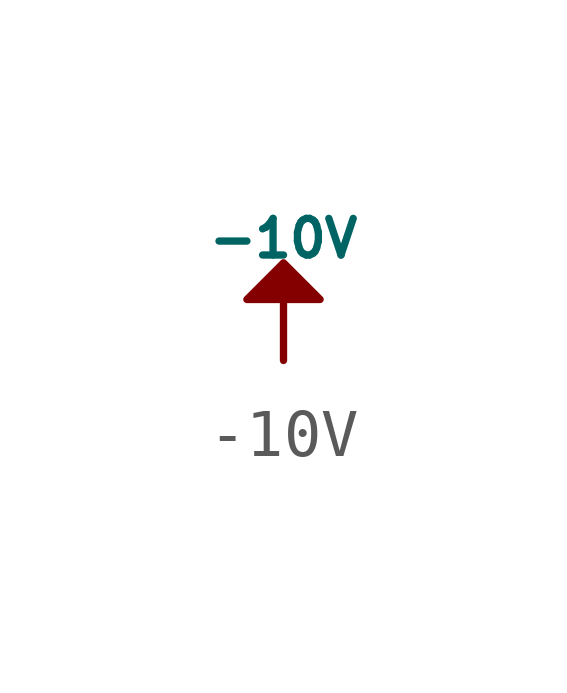
<source format=kicad_sym>
(kicad_symbol_lib
  (version 20211014)
  (generator kicad_symbol_editor)
  (symbol "-10V"
    (pin_names
      (offset 0))
    (property "Reference" "#PWR"
      (at 0 3.302 0)
      (effects (font (size 0.508 0.508)) hide))
    (property "Value" "-10V"
      (at 0 2.54 0)
      (effects (font (size 0.762 0.762))))
    (symbol "-10V_0_0"
      (pin power_in line (at 0 0 90) (length 0) hide (name "-10V" (effects (font (size 0.508 0.508)))) (number "1" (effects (font (size 0.508 0.508))))))
    (symbol "-10V_0_1"
      (polyline (pts (xy 0 0) (xy 0 1.27) (xy 0 1.27)) (stroke (width 0) (type default) (color 0 0 0 0)) (fill (type none)))
      (polyline (pts (xy 0 2.032) (xy 0.762 1.27) (xy -0.508 1.27) (xy -0.762 1.27) (xy 0 2.032) (xy 0 2.032) (xy 0 2.032)) (stroke (width 0) (type default) (color 0 0 0 0)) (fill (type outline))))))
</source>
